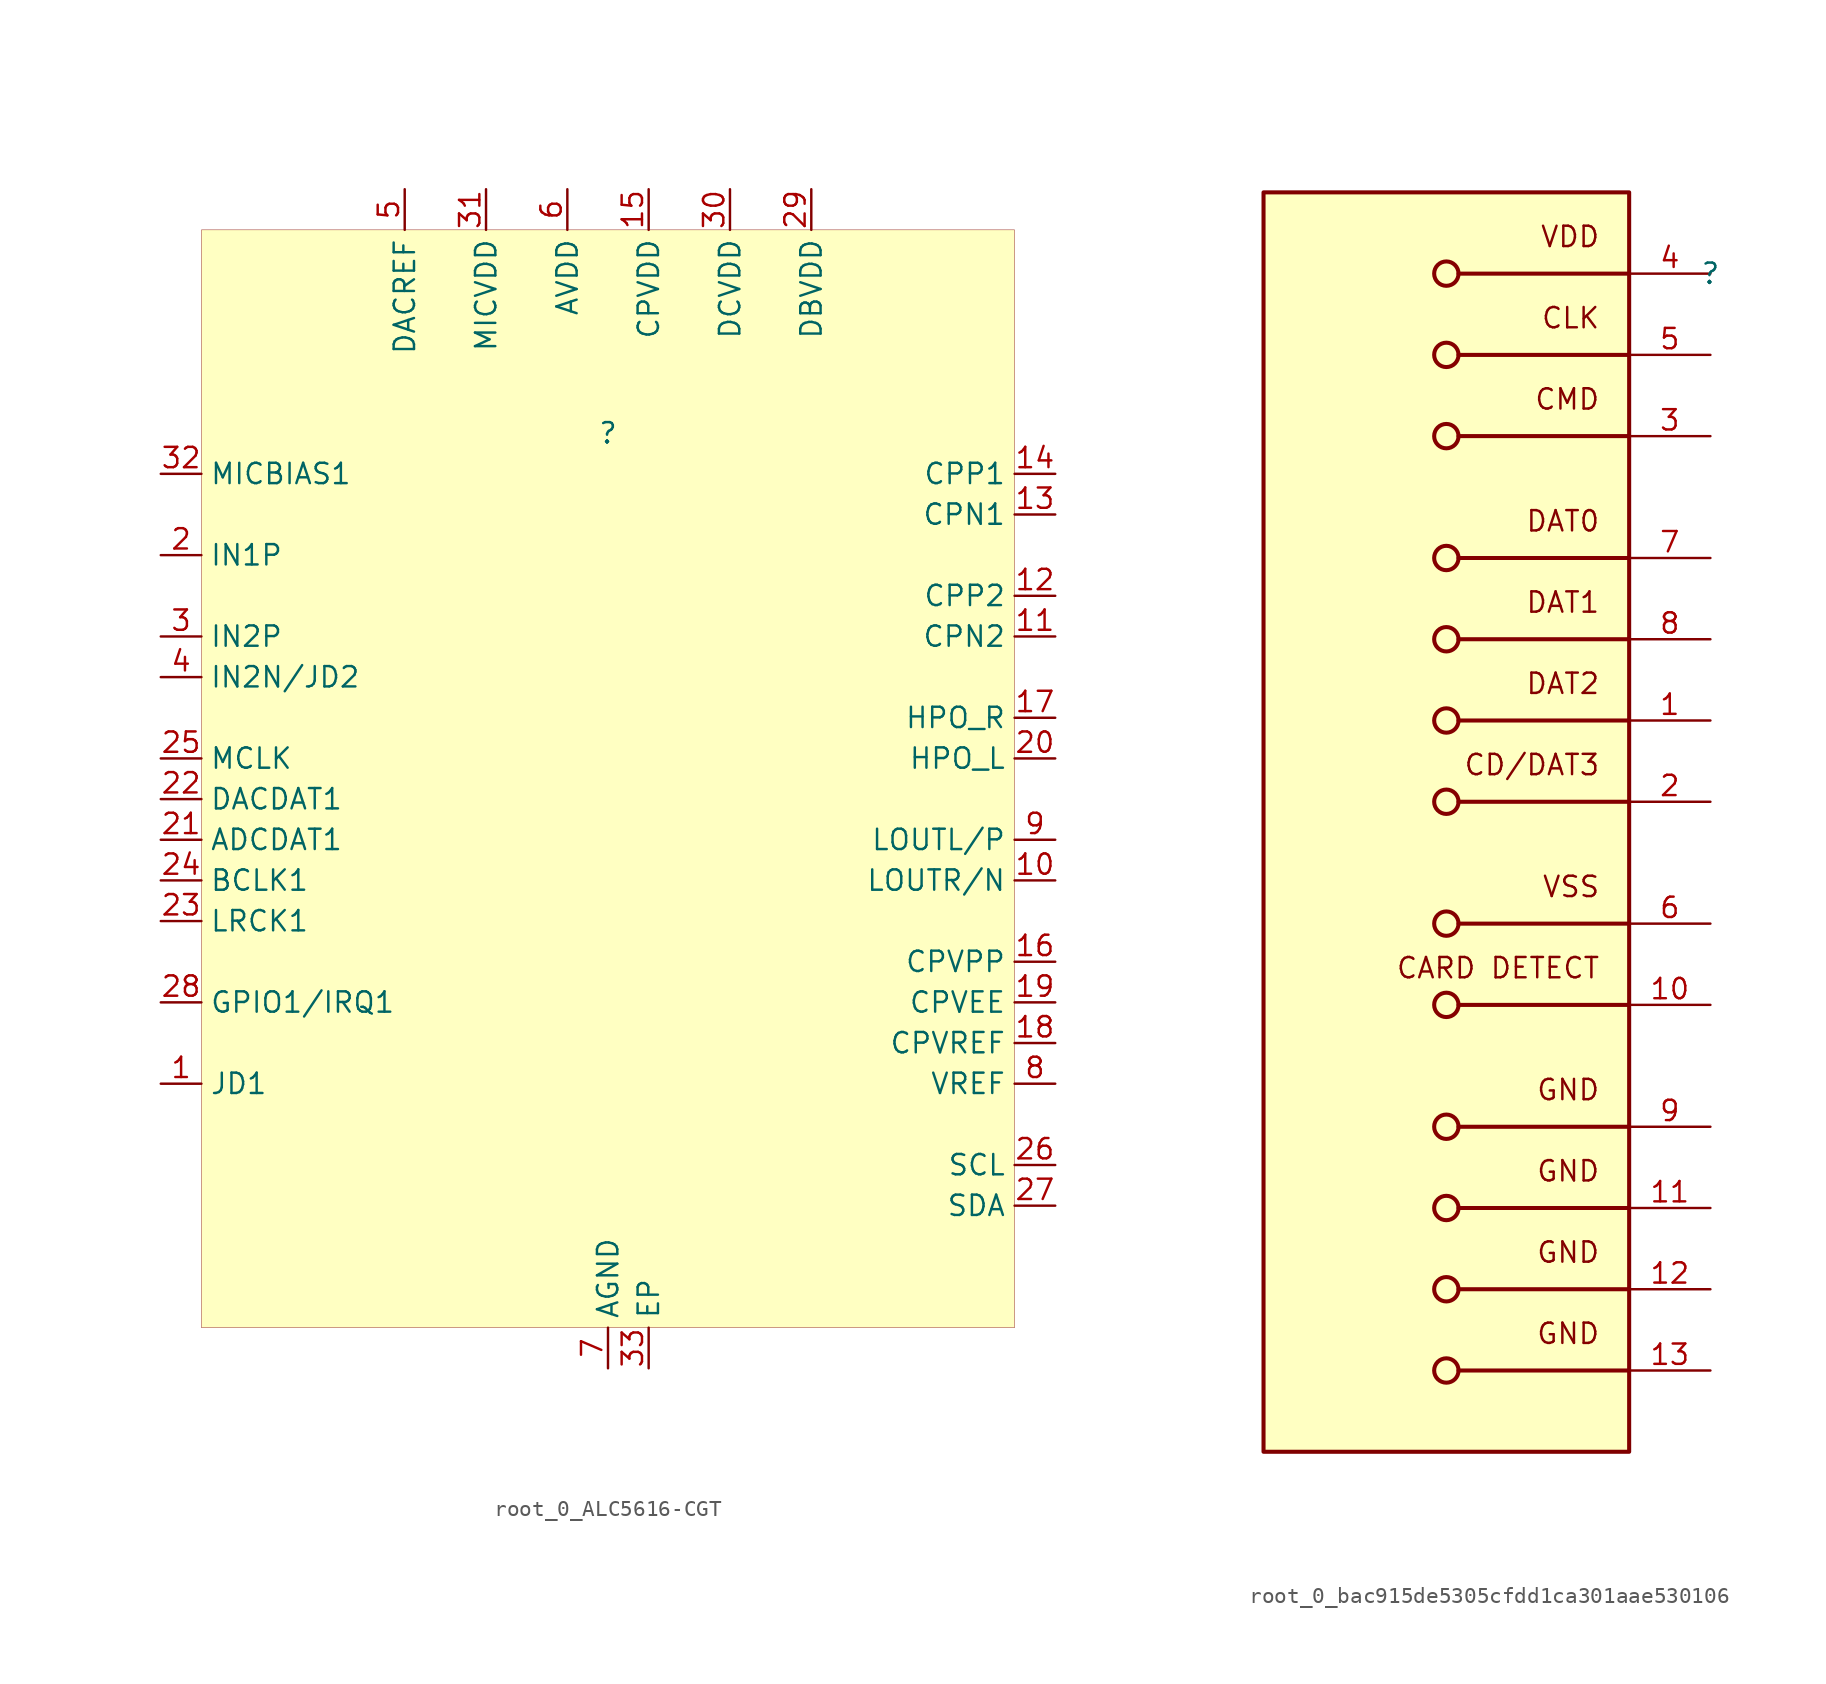
<source format=kicad_sym>
(kicad_symbol_lib
  (version 20231120)
  (generator "kicad_symbol_editor")
  (generator_version "8.0")
  (symbol "root_0_ALC5616-CGT"
    (property "Reference" ""
      (at 0 0 0)
      (effects (font (size 1.27 1.27))))
    (property "Value" ""
      (at 0 0 0)
      (effects (font (size 1.27 1.27))))
    (symbol "root_0_ALC5616-CGT_1_0"
      (rectangle (start 25.4 12.7) (end -25.4 -55.88) (stroke (width 0.025) (type solid) (color 128 0 0 1)) (fill (type background)))
      (pin input line (at -27.94 -40.64 0) (length 2.54) (name "JD1" (effects (font (size 1.27 1.27)))) (number "1" (effects (font (size 1.27 1.27)))))
      (pin output line (at 27.94 -27.94 180) (length 2.54) (name "LOUTR/N" (effects (font (size 1.27 1.27)))) (number "10" (effects (font (size 1.27 1.27)))))
      (pin power_in line (at 27.94 -12.7 180) (length 2.54) (name "CPN2" (effects (font (size 1.27 1.27)))) (number "11" (effects (font (size 1.27 1.27)))))
      (pin power_in line (at 27.94 -10.16 180) (length 2.54) (name "CPP2" (effects (font (size 1.27 1.27)))) (number "12" (effects (font (size 1.27 1.27)))))
      (pin power_in line (at 27.94 -5.08 180) (length 2.54) (name "CPN1" (effects (font (size 1.27 1.27)))) (number "13" (effects (font (size 1.27 1.27)))))
      (pin power_in line (at 27.94 -2.54 180) (length 2.54) (name "CPP1" (effects (font (size 1.27 1.27)))) (number "14" (effects (font (size 1.27 1.27)))))
      (pin power_in line (at 2.54 15.24 270) (length 2.54) (name "CPVDD" (effects (font (size 1.27 1.27)))) (number "15" (effects (font (size 1.27 1.27)))))
      (pin passive line (at 27.94 -33.02 180) (length 2.54) (name "CPVPP" (effects (font (size 1.27 1.27)))) (number "16" (effects (font (size 1.27 1.27)))))
      (pin output line (at 27.94 -17.78 180) (length 2.54) (name "HPO_R" (effects (font (size 1.27 1.27)))) (number "17" (effects (font (size 1.27 1.27)))))
      (pin output line (at 27.94 -38.1 180) (length 2.54) (name "CPVREF" (effects (font (size 1.27 1.27)))) (number "18" (effects (font (size 1.27 1.27)))))
      (pin passive line (at 27.94 -35.56 180) (length 2.54) (name "CPVEE" (effects (font (size 1.27 1.27)))) (number "19" (effects (font (size 1.27 1.27)))))
      (pin input line (at -27.94 -7.62 0) (length 2.54) (name "IN1P" (effects (font (size 1.27 1.27)))) (number "2" (effects (font (size 1.27 1.27)))))
      (pin output line (at 27.94 -20.32 180) (length 2.54) (name "HPO_L" (effects (font (size 1.27 1.27)))) (number "20" (effects (font (size 1.27 1.27)))))
      (pin output line (at -27.94 -25.4 0) (length 2.54) (name "ADCDAT1" (effects (font (size 1.27 1.27)))) (number "21" (effects (font (size 1.27 1.27)))))
      (pin input line (at -27.94 -22.86 0) (length 2.54) (name "DACDAT1" (effects (font (size 1.27 1.27)))) (number "22" (effects (font (size 1.27 1.27)))))
      (pin input line (at -27.94 -30.48 0) (length 2.54) (name "LRCK1" (effects (font (size 1.27 1.27)))) (number "23" (effects (font (size 1.27 1.27)))))
      (pin input line (at -27.94 -27.94 0) (length 2.54) (name "BCLK1" (effects (font (size 1.27 1.27)))) (number "24" (effects (font (size 1.27 1.27)))))
      (pin input line (at -27.94 -20.32 0) (length 2.54) (name "MCLK" (effects (font (size 1.27 1.27)))) (number "25" (effects (font (size 1.27 1.27)))))
      (pin input line (at 27.94 -45.72 180) (length 2.54) (name "SCL" (effects (font (size 1.27 1.27)))) (number "26" (effects (font (size 1.27 1.27)))))
      (pin bidirectional line (at 27.94 -48.26 180) (length 2.54) (name "SDA" (effects (font (size 1.27 1.27)))) (number "27" (effects (font (size 1.27 1.27)))))
      (pin bidirectional line (at -27.94 -35.56 0) (length 2.54) (name "GPIO1/IRQ1" (effects (font (size 1.27 1.27)))) (number "28" (effects (font (size 1.27 1.27)))))
      (pin power_in line (at 12.7 15.24 270) (length 2.54) (name "DBVDD" (effects (font (size 1.27 1.27)))) (number "29" (effects (font (size 1.27 1.27)))))
      (pin input line (at -27.94 -12.7 0) (length 2.54) (name "IN2P" (effects (font (size 1.27 1.27)))) (number "3" (effects (font (size 1.27 1.27)))))
      (pin power_in line (at 7.62 15.24 270) (length 2.54) (name "DCVDD" (effects (font (size 1.27 1.27)))) (number "30" (effects (font (size 1.27 1.27)))))
      (pin power_in line (at -7.62 15.24 270) (length 2.54) (name "MICVDD" (effects (font (size 1.27 1.27)))) (number "31" (effects (font (size 1.27 1.27)))))
      (pin output line (at -27.94 -2.54 0) (length 2.54) (name "MICBIAS1" (effects (font (size 1.27 1.27)))) (number "32" (effects (font (size 1.27 1.27)))))
      (pin power_in line (at 2.54 -58.42 90) (length 2.54) (name "EP" (effects (font (size 1.27 1.27)))) (number "33" (effects (font (size 1.27 1.27)))))
      (pin input line (at -27.94 -15.24 0) (length 2.54) (name "IN2N/JD2" (effects (font (size 1.27 1.27)))) (number "4" (effects (font (size 1.27 1.27)))))
      (pin power_in line (at -12.7 15.24 270) (length 2.54) (name "DACREF" (effects (font (size 1.27 1.27)))) (number "5" (effects (font (size 1.27 1.27)))))
      (pin power_in line (at -2.54 15.24 270) (length 2.54) (name "AVDD" (effects (font (size 1.27 1.27)))) (number "6" (effects (font (size 1.27 1.27)))))
      (pin power_in line (at 0 -58.42 90) (length 2.54) (name "AGND" (effects (font (size 1.27 1.27)))) (number "7" (effects (font (size 1.27 1.27)))))
      (pin power_in line (at 27.94 -40.64 180) (length 2.54) (name "VREF" (effects (font (size 1.27 1.27)))) (number "8" (effects (font (size 1.27 1.27)))))
      (pin output line (at 27.94 -25.4 180) (length 2.54) (name "LOUTL/P" (effects (font (size 1.27 1.27)))) (number "9" (effects (font (size 1.27 1.27)))))))
  (symbol "root_0_bac915de5305cfdd1ca301aae530106"
    (property "Reference" ""
      (at 0 0 0)
      (effects (font (size 1.27 1.27))))
    (property "Value" ""
      (at 0 0 0)
      (effects (font (size 1.27 1.27))))
    (symbol "root_0_bac915de5305cfdd1ca301aae530106_1_0"
      (circle (center -16.51 -68.58) (radius 0.762) (stroke (width 0.254) (type solid)) (fill (type none)))
      (circle (center -16.51 -63.5) (radius 0.762) (stroke (width 0.254) (type solid)) (fill (type none)))
      (circle (center -16.51 -58.42) (radius 0.762) (stroke (width 0.254) (type solid)) (fill (type none)))
      (circle (center -16.51 -53.34) (radius 0.762) (stroke (width 0.254) (type solid)) (fill (type none)))
      (circle (center -16.51 -45.72) (radius 0.762) (stroke (width 0.254) (type solid)) (fill (type none)))
      (circle (center -16.51 -40.64) (radius 0.762) (stroke (width 0.254) (type solid)) (fill (type none)))
      (circle (center -16.51 -33.02) (radius 0.762) (stroke (width 0.254) (type solid)) (fill (type none)))
      (circle (center -16.51 -27.94) (radius 0.762) (stroke (width 0.254) (type solid)) (fill (type none)))
      (circle (center -16.51 -22.86) (radius 0.762) (stroke (width 0.254) (type solid)) (fill (type none)))
      (circle (center -16.51 -17.78) (radius 0.762) (stroke (width 0.254) (type solid)) (fill (type none)))
      (circle (center -16.51 -10.16) (radius 0.762) (stroke (width 0.254) (type solid)) (fill (type none)))
      (circle (center -16.51 -5.08) (radius 0.762) (stroke (width 0.254) (type solid)) (fill (type none)))
      (circle (center -16.51 0) (radius 0.762) (stroke (width 0.254) (type solid)) (fill (type none)))
      (rectangle (start -5.08 5.08) (end -27.94 -73.66) (stroke (width 0.254) (type solid) (color 128 0 0 1)) (fill (type background)))
      (polyline (pts (xy -15.748 -68.58) (xy -5.08 -68.58)) (stroke (width 0.254) (type solid)) (fill (type none)))
      (polyline (pts (xy -15.748 -63.5) (xy -5.08 -63.5)) (stroke (width 0.254) (type solid)) (fill (type none)))
      (polyline (pts (xy -15.748 -58.42) (xy -5.08 -58.42)) (stroke (width 0.254) (type solid)) (fill (type none)))
      (polyline (pts (xy -15.748 -53.34) (xy -5.08 -53.34)) (stroke (width 0.254) (type solid)) (fill (type none)))
      (polyline (pts (xy -15.748 -45.72) (xy -5.08 -45.72)) (stroke (width 0.254) (type solid)) (fill (type none)))
      (polyline (pts (xy -15.748 -40.64) (xy -5.08 -40.64)) (stroke (width 0.254) (type solid)) (fill (type none)))
      (polyline (pts (xy -15.748 -33.02) (xy -5.08 -33.02)) (stroke (width 0.254) (type solid)) (fill (type none)))
      (polyline (pts (xy -15.748 -27.94) (xy -5.08 -27.94)) (stroke (width 0.254) (type solid)) (fill (type none)))
      (polyline (pts (xy -15.748 -22.86) (xy -5.08 -22.86)) (stroke (width 0.254) (type solid)) (fill (type none)))
      (polyline (pts (xy -15.748 -17.78) (xy -5.08 -17.78)) (stroke (width 0.254) (type solid)) (fill (type none)))
      (polyline (pts (xy -15.748 -10.16) (xy -5.08 -10.16)) (stroke (width 0.254) (type solid)) (fill (type none)))
      (polyline (pts (xy -15.748 -5.08) (xy -5.08 -5.08)) (stroke (width 0.254) (type solid)) (fill (type none)))
      (polyline (pts (xy -15.748 0) (xy -5.08 0)) (stroke (width 0.254) (type solid)) (fill (type none)))
      (text "CARD DETECT" (at -6.858 -42.672 0) (effects (font (size 1.27 1.27)) (justify right top)))
      (text "CD/DAT3" (at -6.858 -29.972 0) (effects (font (size 1.27 1.27)) (justify right top)))
      (text "CLK" (at -6.858 -2.032 0) (effects (font (size 1.27 1.27)) (justify right top)))
      (text "CMD" (at -6.858 -7.112 0) (effects (font (size 1.27 1.27)) (justify right top)))
      (text "DAT0" (at -6.858 -14.732 0) (effects (font (size 1.27 1.27)) (justify right top)))
      (text "DAT1" (at -6.858 -19.812 0) (effects (font (size 1.27 1.27)) (justify right top)))
      (text "DAT2" (at -6.858 -24.892 0) (effects (font (size 1.27 1.27)) (justify right top)))
      (text "GND" (at -6.858 -65.532 0) (effects (font (size 1.27 1.27)) (justify right top)))
      (text "GND" (at -6.858 -60.452 0) (effects (font (size 1.27 1.27)) (justify right top)))
      (text "GND" (at -6.858 -55.372 0) (effects (font (size 1.27 1.27)) (justify right top)))
      (text "GND" (at -6.858 -50.292 0) (effects (font (size 1.27 1.27)) (justify right top)))
      (text "VDD" (at -6.858 3.048 0) (effects (font (size 1.27 1.27)) (justify right top)))
      (text "VSS" (at -6.858 -37.592 0) (effects (font (size 1.27 1.27)) (justify right top)))
      (pin bidirectional line (at 0 -27.94 180) (length 5.08) (name "DAT2" (effects (font (size 0 0)))) (number "1" (effects (font (size 1.27 1.27)))))
      (pin passive line (at 0 -45.72 180) (length 5.08) (name "CARD_DETECT" (effects (font (size 0 0)))) (number "10" (effects (font (size 1.27 1.27)))))
      (pin power_in line (at 0 -58.42 180) (length 5.08) (name "GND" (effects (font (size 0 0)))) (number "11" (effects (font (size 1.27 1.27)))))
      (pin power_in line (at 0 -63.5 180) (length 5.08) (name "GND" (effects (font (size 0 0)))) (number "12" (effects (font (size 1.27 1.27)))))
      (pin power_in line (at 0 -68.58 180) (length 5.08) (name "GND" (effects (font (size 0 0)))) (number "13" (effects (font (size 1.27 1.27)))))
      (pin bidirectional line (at 0 -33.02 180) (length 5.08) (name "CD/DAT3" (effects (font (size 0 0)))) (number "2" (effects (font (size 1.27 1.27)))))
      (pin bidirectional line (at 0 -10.16 180) (length 5.08) (name "CMD" (effects (font (size 0 0)))) (number "3" (effects (font (size 1.27 1.27)))))
      (pin power_in line (at 0 0 180) (length 5.08) (name "VDD" (effects (font (size 0 0)))) (number "4" (effects (font (size 1.27 1.27)))))
      (pin input line (at 0 -5.08 180) (length 5.08) (name "CLK" (effects (font (size 0 0)))) (number "5" (effects (font (size 1.27 1.27)))))
      (pin power_in line (at 0 -40.64 180) (length 5.08) (name "VSS" (effects (font (size 0 0)))) (number "6" (effects (font (size 1.27 1.27)))))
      (pin bidirectional line (at 0 -17.78 180) (length 5.08) (name "DAT0" (effects (font (size 0 0)))) (number "7" (effects (font (size 1.27 1.27)))))
      (pin bidirectional line (at 0 -22.86 180) (length 5.08) (name "DAT1" (effects (font (size 0 0)))) (number "8" (effects (font (size 1.27 1.27)))))
      (pin power_in line (at 0 -53.34 180) (length 5.08) (name "GND" (effects (font (size 0 0)))) (number "9" (effects (font (size 1.27 1.27))))))))
</source>
